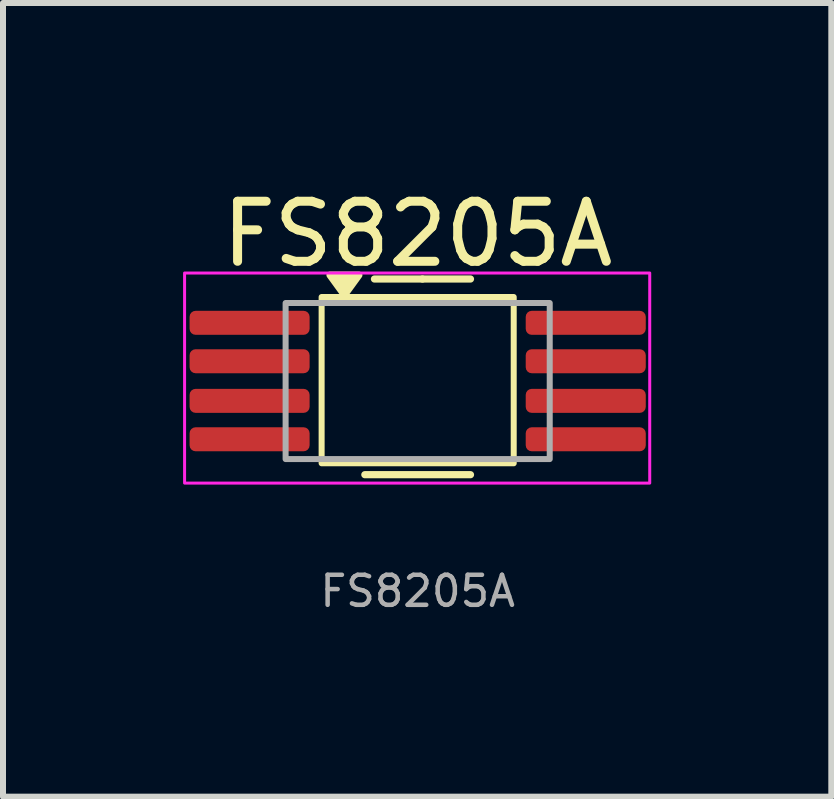
<source format=kicad_pcb>
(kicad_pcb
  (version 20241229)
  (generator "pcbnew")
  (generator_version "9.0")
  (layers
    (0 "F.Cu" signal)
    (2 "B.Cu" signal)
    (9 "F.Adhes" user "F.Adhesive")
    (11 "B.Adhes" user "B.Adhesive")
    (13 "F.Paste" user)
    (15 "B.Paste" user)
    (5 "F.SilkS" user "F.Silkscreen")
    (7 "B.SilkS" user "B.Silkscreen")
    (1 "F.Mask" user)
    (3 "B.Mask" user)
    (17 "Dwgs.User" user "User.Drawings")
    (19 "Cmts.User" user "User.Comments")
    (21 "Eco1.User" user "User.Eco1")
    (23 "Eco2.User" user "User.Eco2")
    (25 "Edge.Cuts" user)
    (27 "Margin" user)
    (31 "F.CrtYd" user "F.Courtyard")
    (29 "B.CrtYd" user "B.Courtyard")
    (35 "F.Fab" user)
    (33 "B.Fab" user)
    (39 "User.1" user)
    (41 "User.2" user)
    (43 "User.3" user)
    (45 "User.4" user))
  (footprint "FS8205A"
    (layer "F.Cu")
    (at 3.908 3.298)
    (property "Reference" "FS8205A" (at 0 -2.45 0) (layer "F.SilkS") (effects (font (size 1 1) (thickness 0.15))))
    (attr smd)
    (fp_line (start -0.88 1.56) (end 0.88 1.56) (stroke (width 0.12) (type solid)) (layer "F.SilkS"))
    (fp_line (start 0.08 -1.7) (end -0.72 -1.7) (stroke (width 0.12) (type solid)) (layer "F.SilkS"))
    (fp_line (start 0.08 -1.7) (end 0.88 -1.7) (stroke (width 0.12) (type solid)) (layer "F.SilkS"))
    (fp_rect (start -1.6 -1.4) (end 1.6 1.37) (stroke (width 0.1) (type solid)) (fill no) (layer "F.SilkS"))
    (fp_poly (pts (xy -1.22 -1.435) (xy -1.46 -1.765) (xy -0.98 -1.765) (xy -1.22 -1.435)) (stroke (width 0.12) (type solid)) (fill yes) (layer "F.SilkS"))
    (fp_rect (start -3.883 -1.8) (end 3.866 1.7) (stroke (width 0.05) (type default)) (fill no) (layer "F.CrtYd"))
    (fp_rect (start -2.2 -1.3) (end 2.2 1.3) (stroke (width 0.1) (type solid)) (fill no) (layer "F.Fab"))
    (fp_text user "${REFERENCE}" (at 0 3.5 180) (layer "F.Fab") (effects (font (size 0.5 0.5) (thickness 0.075))))
    (pad "1" smd roundrect (at -2.8 -0.97) (size 2 0.4) (layers "F.Cu" "F.Mask" "F.Paste") (roundrect_rratio 0.25))
    (pad "2" smd roundrect (at -2.8 -0.33) (size 2 0.4) (layers "F.Cu" "F.Mask" "F.Paste") (roundrect_rratio 0.25))
    (pad "3" smd roundrect (at -2.8 0.33) (size 2 0.4) (layers "F.Cu" "F.Mask" "F.Paste") (roundrect_rratio 0.25))
    (pad "4" smd roundrect (at -2.8 0.97) (size 2 0.4) (layers "F.Cu" "F.Mask" "F.Paste") (roundrect_rratio 0.25))
    (pad "5" smd roundrect (at 2.8 0.97) (size 2 0.4) (layers "F.Cu" "F.Mask" "F.Paste") (roundrect_rratio 0.25))
    (pad "6" smd roundrect (at 2.8 0.33) (size 2 0.4) (layers "F.Cu" "F.Mask" "F.Paste") (roundrect_rratio 0.25))
    (pad "7" smd roundrect (at 2.8 -0.33) (size 2 0.4) (layers "F.Cu" "F.Mask" "F.Paste") (roundrect_rratio 0.25))
    (pad "8" smd roundrect (at 2.8 -0.97) (size 2 0.4) (layers "F.Cu" "F.Mask" "F.Paste") (roundrect_rratio 0.25)))
  (gr_rect
    (start -3 -3)
    (end 10.799 10.222)
    (stroke (width 0.1) (type default))
    (fill no)
    (layer "Edge.Cuts")))
</source>
